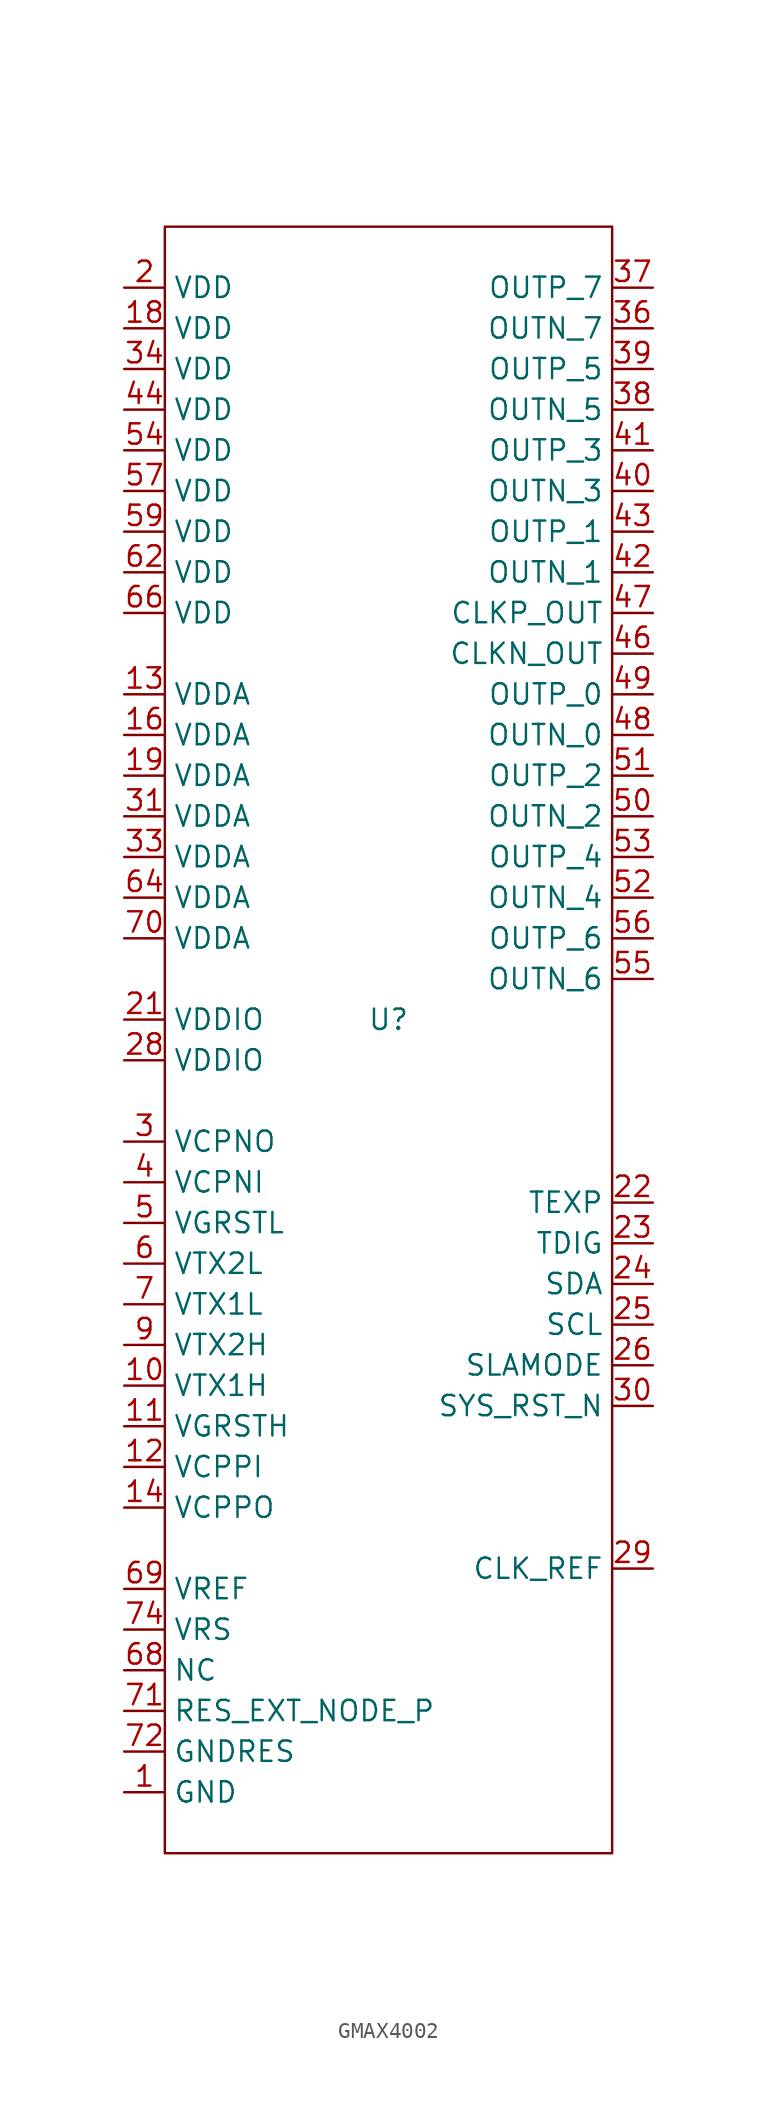
<source format=kicad_sym>
(kicad_symbol_lib
  (version 20231120)
  (generator "kicad_symbol_editor")
  (generator_version "8.0")
  (symbol "GMAX4002"
    (property "Reference" "U"
      (at 0 0 0)
      (effects (font (size 1.27 1.27))))
    (property "Value" ""
      (at 0 0 0)
      (effects (font (size 1.27 1.27))))
    (symbol "GMAX4002_0_1"
      (rectangle (start -13.97 49.53) (end 13.97 -52.07) (stroke (width 0) (type default)) (fill (type none))))
    (symbol "GMAX4002_1_1"
      (pin input line (at -16.51 -48.26 0) (length 2.54) (name "GND" (effects (font (size 1.27 1.27)))) (number "1" (effects (font (size 1.27 1.27)))))
      (pin input line (at -16.51 -22.86 0) (length 2.54) (name "VTX1H" (effects (font (size 1.27 1.27)))) (number "10" (effects (font (size 1.27 1.27)))))
      (pin input line (at -16.51 -25.4 0) (length 2.54) (name "VGRSTH" (effects (font (size 1.27 1.27)))) (number "11" (effects (font (size 1.27 1.27)))))
      (pin input line (at -16.51 -27.94 0) (length 2.54) (name "VCPPI" (effects (font (size 1.27 1.27)))) (number "12" (effects (font (size 1.27 1.27)))))
      (pin input line (at -16.51 20.32 0) (length 2.54) (name "VDDA" (effects (font (size 1.27 1.27)))) (number "13" (effects (font (size 1.27 1.27)))))
      (pin input line (at -16.51 -30.48 0) (length 2.54) (name "VCPPO" (effects (font (size 1.27 1.27)))) (number "14" (effects (font (size 1.27 1.27)))))
      (pin input line (at -16.51 -48.26 0) (length 2.54) hide (name "GNDA" (effects (font (size 1.27 1.27)))) (number "15" (effects (font (size 1.27 1.27)))))
      (pin input line (at -16.51 17.78 0) (length 2.54) (name "VDDA" (effects (font (size 1.27 1.27)))) (number "16" (effects (font (size 1.27 1.27)))))
      (pin input line (at -16.51 -48.26 0) (length 2.54) hide (name "GND" (effects (font (size 1.27 1.27)))) (number "17" (effects (font (size 1.27 1.27)))))
      (pin input line (at -16.51 43.18 0) (length 2.54) (name "VDD" (effects (font (size 1.27 1.27)))) (number "18" (effects (font (size 1.27 1.27)))))
      (pin input line (at -16.51 15.24 0) (length 2.54) (name "VDDA" (effects (font (size 1.27 1.27)))) (number "19" (effects (font (size 1.27 1.27)))))
      (pin input line (at -16.51 45.72 0) (length 2.54) (name "VDD" (effects (font (size 1.27 1.27)))) (number "2" (effects (font (size 1.27 1.27)))))
      (pin input line (at -16.51 -48.26 0) (length 2.54) hide (name "GND" (effects (font (size 1.27 1.27)))) (number "20" (effects (font (size 1.27 1.27)))))
      (pin input line (at -16.51 0 0) (length 2.54) (name "VDDIO" (effects (font (size 1.27 1.27)))) (number "21" (effects (font (size 1.27 1.27)))))
      (pin input line (at 16.51 -11.43 180) (length 2.54) (name "TEXP" (effects (font (size 1.27 1.27)))) (number "22" (effects (font (size 1.27 1.27)))))
      (pin input line (at 16.51 -13.97 180) (length 2.54) (name "TDIG" (effects (font (size 1.27 1.27)))) (number "23" (effects (font (size 1.27 1.27)))))
      (pin input line (at 16.51 -16.51 180) (length 2.54) (name "SDA" (effects (font (size 1.27 1.27)))) (number "24" (effects (font (size 1.27 1.27)))))
      (pin input line (at 16.51 -19.05 180) (length 2.54) (name "SCL" (effects (font (size 1.27 1.27)))) (number "25" (effects (font (size 1.27 1.27)))))
      (pin input line (at 16.51 -21.59 180) (length 2.54) (name "SLAMODE" (effects (font (size 1.27 1.27)))) (number "26" (effects (font (size 1.27 1.27)))))
      (pin input line (at -16.51 -48.26 0) (length 2.54) hide (name "GNDA" (effects (font (size 1.27 1.27)))) (number "27" (effects (font (size 1.27 1.27)))))
      (pin input line (at -16.51 -2.54 0) (length 2.54) (name "VDDIO" (effects (font (size 1.27 1.27)))) (number "28" (effects (font (size 1.27 1.27)))))
      (pin input line (at 16.51 -34.29 180) (length 2.54) (name "CLK_REF" (effects (font (size 1.27 1.27)))) (number "29" (effects (font (size 1.27 1.27)))))
      (pin input line (at -16.51 -7.62 0) (length 2.54) (name "VCPNO" (effects (font (size 1.27 1.27)))) (number "3" (effects (font (size 1.27 1.27)))))
      (pin input line (at 16.51 -24.13 180) (length 2.54) (name "SYS_RST_N" (effects (font (size 1.27 1.27)))) (number "30" (effects (font (size 1.27 1.27)))))
      (pin input line (at -16.51 12.7 0) (length 2.54) (name "VDDA" (effects (font (size 1.27 1.27)))) (number "31" (effects (font (size 1.27 1.27)))))
      (pin input line (at -16.51 -48.26 0) (length 2.54) hide (name "GNDA" (effects (font (size 1.27 1.27)))) (number "32" (effects (font (size 1.27 1.27)))))
      (pin input line (at -16.51 10.16 0) (length 2.54) (name "VDDA" (effects (font (size 1.27 1.27)))) (number "33" (effects (font (size 1.27 1.27)))))
      (pin input line (at -16.51 40.64 0) (length 2.54) (name "VDD" (effects (font (size 1.27 1.27)))) (number "34" (effects (font (size 1.27 1.27)))))
      (pin input line (at -16.51 -48.26 0) (length 2.54) hide (name "GND" (effects (font (size 1.27 1.27)))) (number "35" (effects (font (size 1.27 1.27)))))
      (pin input line (at 16.51 43.18 180) (length 2.54) (name "OUTN_7" (effects (font (size 1.27 1.27)))) (number "36" (effects (font (size 1.27 1.27)))))
      (pin input line (at 16.51 45.72 180) (length 2.54) (name "OUTP_7" (effects (font (size 1.27 1.27)))) (number "37" (effects (font (size 1.27 1.27)))))
      (pin input line (at 16.51 38.1 180) (length 2.54) (name "OUTN_5" (effects (font (size 1.27 1.27)))) (number "38" (effects (font (size 1.27 1.27)))))
      (pin input line (at 16.51 40.64 180) (length 2.54) (name "OUTP_5" (effects (font (size 1.27 1.27)))) (number "39" (effects (font (size 1.27 1.27)))))
      (pin input line (at -16.51 -10.16 0) (length 2.54) (name "VCPNI" (effects (font (size 1.27 1.27)))) (number "4" (effects (font (size 1.27 1.27)))))
      (pin input line (at 16.51 33.02 180) (length 2.54) (name "OUTN_3" (effects (font (size 1.27 1.27)))) (number "40" (effects (font (size 1.27 1.27)))))
      (pin input line (at 16.51 35.56 180) (length 2.54) (name "OUTP_3" (effects (font (size 1.27 1.27)))) (number "41" (effects (font (size 1.27 1.27)))))
      (pin input line (at 16.51 27.94 180) (length 2.54) (name "OUTN_1" (effects (font (size 1.27 1.27)))) (number "42" (effects (font (size 1.27 1.27)))))
      (pin input line (at 16.51 30.48 180) (length 2.54) (name "OUTP_1" (effects (font (size 1.27 1.27)))) (number "43" (effects (font (size 1.27 1.27)))))
      (pin input line (at -16.51 38.1 0) (length 2.54) (name "VDD" (effects (font (size 1.27 1.27)))) (number "44" (effects (font (size 1.27 1.27)))))
      (pin input line (at -16.51 -48.26 0) (length 2.54) hide (name "GND" (effects (font (size 1.27 1.27)))) (number "45" (effects (font (size 1.27 1.27)))))
      (pin input line (at 16.51 22.86 180) (length 2.54) (name "CLKN_OUT" (effects (font (size 1.27 1.27)))) (number "46" (effects (font (size 1.27 1.27)))))
      (pin input line (at 16.51 25.4 180) (length 2.54) (name "CLKP_OUT" (effects (font (size 1.27 1.27)))) (number "47" (effects (font (size 1.27 1.27)))))
      (pin input line (at 16.51 17.78 180) (length 2.54) (name "OUTN_0" (effects (font (size 1.27 1.27)))) (number "48" (effects (font (size 1.27 1.27)))))
      (pin input line (at 16.51 20.32 180) (length 2.54) (name "OUTP_0" (effects (font (size 1.27 1.27)))) (number "49" (effects (font (size 1.27 1.27)))))
      (pin input line (at -16.51 -12.7 0) (length 2.54) (name "VGRSTL" (effects (font (size 1.27 1.27)))) (number "5" (effects (font (size 1.27 1.27)))))
      (pin input line (at 16.51 12.7 180) (length 2.54) (name "OUTN_2" (effects (font (size 1.27 1.27)))) (number "50" (effects (font (size 1.27 1.27)))))
      (pin input line (at 16.51 15.24 180) (length 2.54) (name "OUTP_2" (effects (font (size 1.27 1.27)))) (number "51" (effects (font (size 1.27 1.27)))))
      (pin input line (at 16.51 7.62 180) (length 2.54) (name "OUTN_4" (effects (font (size 1.27 1.27)))) (number "52" (effects (font (size 1.27 1.27)))))
      (pin input line (at 16.51 10.16 180) (length 2.54) (name "OUTP_4" (effects (font (size 1.27 1.27)))) (number "53" (effects (font (size 1.27 1.27)))))
      (pin input line (at -16.51 35.56 0) (length 2.54) (name "VDD" (effects (font (size 1.27 1.27)))) (number "54" (effects (font (size 1.27 1.27)))))
      (pin input line (at 16.51 2.54 180) (length 2.54) (name "OUTN_6" (effects (font (size 1.27 1.27)))) (number "55" (effects (font (size 1.27 1.27)))))
      (pin input line (at 16.51 5.08 180) (length 2.54) (name "OUTP_6" (effects (font (size 1.27 1.27)))) (number "56" (effects (font (size 1.27 1.27)))))
      (pin input line (at -16.51 33.02 0) (length 2.54) (name "VDD" (effects (font (size 1.27 1.27)))) (number "57" (effects (font (size 1.27 1.27)))))
      (pin input line (at -16.51 -48.26 0) (length 2.54) hide (name "GND" (effects (font (size 1.27 1.27)))) (number "58" (effects (font (size 1.27 1.27)))))
      (pin input line (at -16.51 30.48 0) (length 2.54) (name "VDD" (effects (font (size 1.27 1.27)))) (number "59" (effects (font (size 1.27 1.27)))))
      (pin input line (at -16.51 -15.24 0) (length 2.54) (name "VTX2L" (effects (font (size 1.27 1.27)))) (number "6" (effects (font (size 1.27 1.27)))))
      (pin input line (at -16.51 -48.26 0) (length 2.54) hide (name "GND" (effects (font (size 1.27 1.27)))) (number "60" (effects (font (size 1.27 1.27)))))
      (pin input line (at -16.51 -48.26 0) (length 2.54) hide (name "GNDA" (effects (font (size 1.27 1.27)))) (number "61" (effects (font (size 1.27 1.27)))))
      (pin input line (at -16.51 27.94 0) (length 2.54) (name "VDD" (effects (font (size 1.27 1.27)))) (number "62" (effects (font (size 1.27 1.27)))))
      (pin input line (at -16.51 -48.26 0) (length 2.54) hide (name "GND" (effects (font (size 1.27 1.27)))) (number "63" (effects (font (size 1.27 1.27)))))
      (pin input line (at -16.51 7.62 0) (length 2.54) (name "VDDA" (effects (font (size 1.27 1.27)))) (number "64" (effects (font (size 1.27 1.27)))))
      (pin input line (at -16.51 -48.26 0) (length 2.54) hide (name "GNDA" (effects (font (size 1.27 1.27)))) (number "65" (effects (font (size 1.27 1.27)))))
      (pin input line (at -16.51 25.4 0) (length 2.54) (name "VDD" (effects (font (size 1.27 1.27)))) (number "66" (effects (font (size 1.27 1.27)))))
      (pin input line (at -16.51 -48.26 0) (length 2.54) hide (name "GND" (effects (font (size 1.27 1.27)))) (number "67" (effects (font (size 1.27 1.27)))))
      (pin input line (at -16.51 -40.64 0) (length 2.54) (name "NC" (effects (font (size 1.27 1.27)))) (number "68" (effects (font (size 1.27 1.27)))))
      (pin input line (at -16.51 -35.56 0) (length 2.54) (name "VREF" (effects (font (size 1.27 1.27)))) (number "69" (effects (font (size 1.27 1.27)))))
      (pin input line (at -16.51 -17.78 0) (length 2.54) (name "VTX1L" (effects (font (size 1.27 1.27)))) (number "7" (effects (font (size 1.27 1.27)))))
      (pin input line (at -16.51 5.08 0) (length 2.54) (name "VDDA" (effects (font (size 1.27 1.27)))) (number "70" (effects (font (size 1.27 1.27)))))
      (pin input line (at -16.51 -43.18 0) (length 2.54) (name "RES_EXT_NODE_P" (effects (font (size 1.27 1.27)))) (number "71" (effects (font (size 1.27 1.27)))))
      (pin input line (at -16.51 -45.72 0) (length 2.54) (name "GNDRES" (effects (font (size 1.27 1.27)))) (number "72" (effects (font (size 1.27 1.27)))))
      (pin input line (at -16.51 -48.26 0) (length 2.54) hide (name "GNDA" (effects (font (size 1.27 1.27)))) (number "73" (effects (font (size 1.27 1.27)))))
      (pin input line (at -16.51 -38.1 0) (length 2.54) (name "VRS" (effects (font (size 1.27 1.27)))) (number "74" (effects (font (size 1.27 1.27)))))
      (pin input line (at -16.51 -48.26 0) (length 2.54) hide (name "GNDA" (effects (font (size 1.27 1.27)))) (number "8" (effects (font (size 1.27 1.27)))))
      (pin input line (at -16.51 -20.32 0) (length 2.54) (name "VTX2H" (effects (font (size 1.27 1.27)))) (number "9" (effects (font (size 1.27 1.27))))))))
</source>
